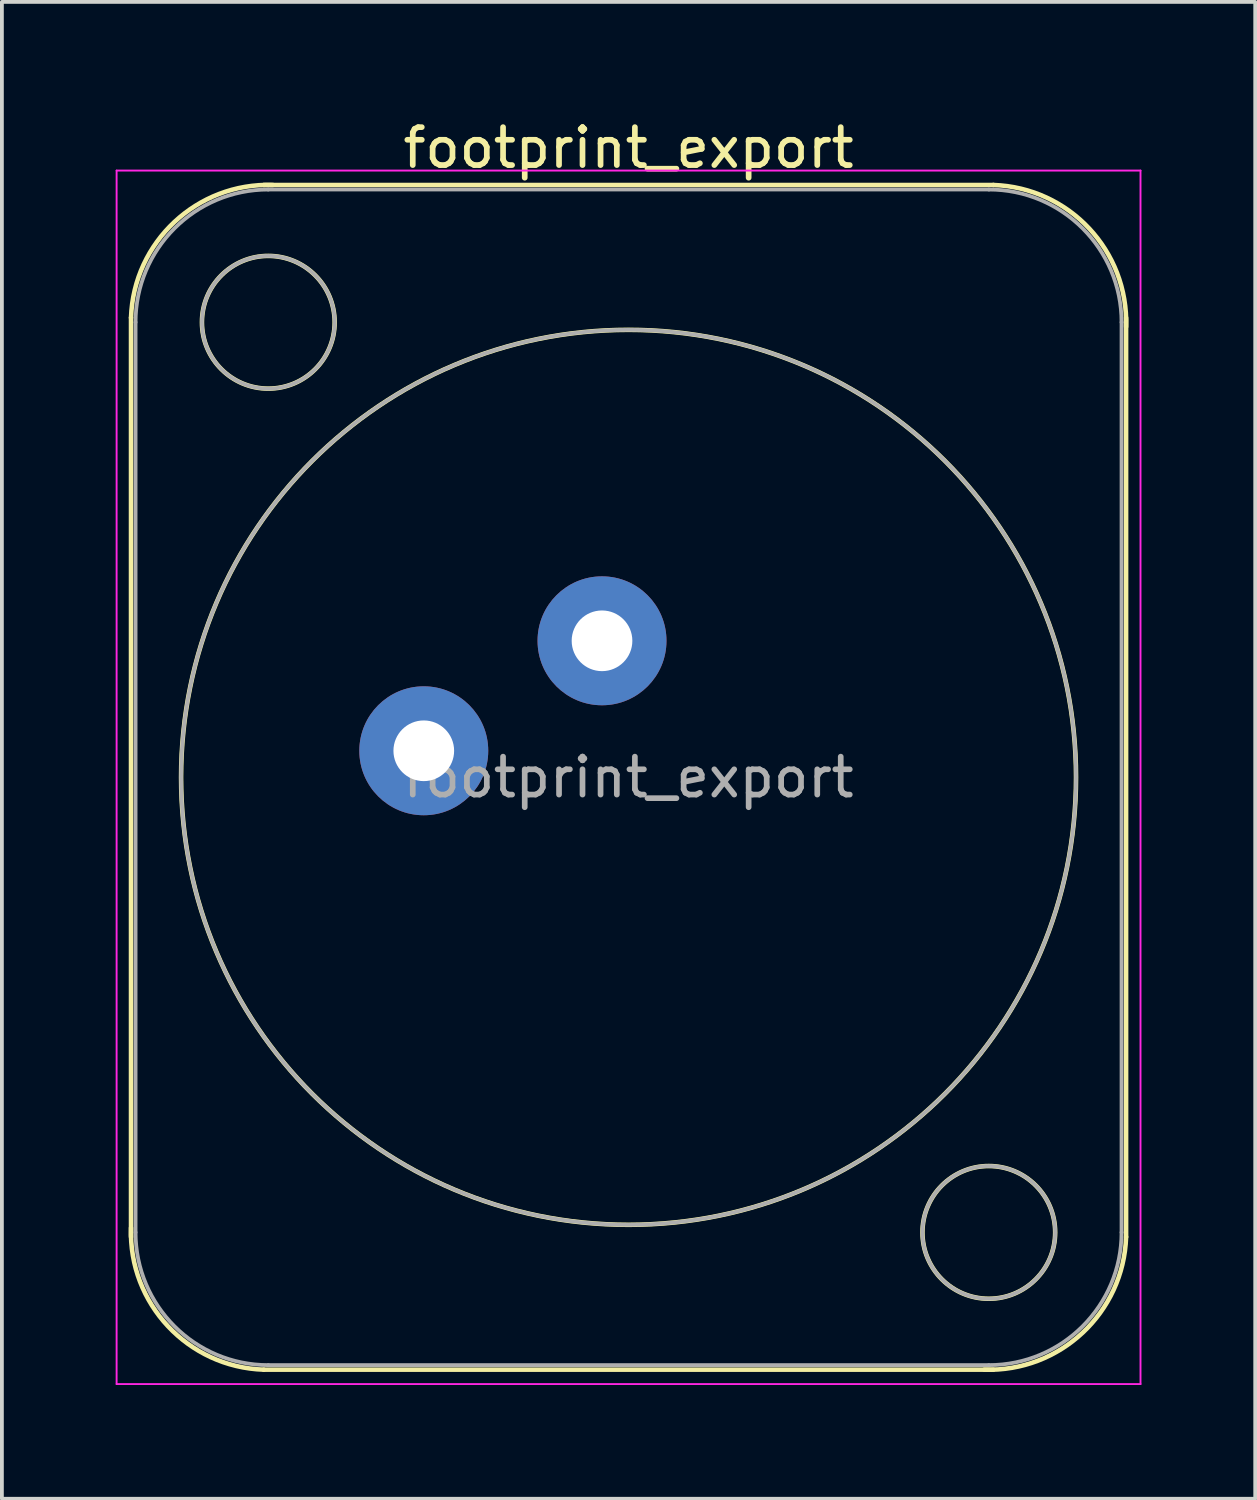
<source format=kicad_pcb>
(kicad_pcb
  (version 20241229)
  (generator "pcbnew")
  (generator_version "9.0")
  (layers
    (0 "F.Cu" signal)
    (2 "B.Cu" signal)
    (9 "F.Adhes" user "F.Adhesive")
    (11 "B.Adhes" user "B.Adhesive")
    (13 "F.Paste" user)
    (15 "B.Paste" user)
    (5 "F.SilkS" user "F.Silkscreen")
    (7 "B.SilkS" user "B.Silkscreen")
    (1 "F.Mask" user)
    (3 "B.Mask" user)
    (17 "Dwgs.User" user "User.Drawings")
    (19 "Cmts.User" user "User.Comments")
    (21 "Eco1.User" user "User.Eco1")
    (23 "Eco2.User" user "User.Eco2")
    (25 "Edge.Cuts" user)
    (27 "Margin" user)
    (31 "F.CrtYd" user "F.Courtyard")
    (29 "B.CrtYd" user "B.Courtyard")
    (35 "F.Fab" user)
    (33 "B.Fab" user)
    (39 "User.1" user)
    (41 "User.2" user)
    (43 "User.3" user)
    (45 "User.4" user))
  (footprint "footprint_export"
    (layer "F.Cu")
    (at 12.825 13.848)
    (property "Reference" "footprint_export" (at 0.7 -13 0) (layer "F.SilkS") (effects (font (size 1 1) (thickness 0.15))))
    (attr through_hole)
    (fp_line (start -12.42 15.72) (end -12.42 -8.52) (stroke (width 0.12) (type solid)) (layer "F.SilkS"))
    (fp_line (start -8.92 -12.02) (end 10.32 -12.02) (stroke (width 0.12) (type solid)) (layer "F.SilkS"))
    (fp_line (start -8.92 19.22) (end 10.32 19.22) (stroke (width 0.12) (type solid)) (layer "F.SilkS"))
    (fp_line (start 13.82 15.72) (end 13.82 -8.52) (stroke (width 0.12) (type solid)) (layer "F.SilkS"))
    (fp_arc (start -12.42 -8.52) (mid -11.274874 -11.044579) (end -8.68 -12.02) (stroke (width 0.12) (type solid)) (layer "F.SilkS"))
    (fp_arc (start -8.92 19.22) (mid -11.444579 18.074874) (end -12.42 15.48) (stroke (width 0.12) (type solid)) (layer "F.SilkS"))
    (fp_arc (start 10.32 -12.02) (mid 12.844579 -10.874874) (end 13.82 -8.28) (stroke (width 0.12) (type solid)) (layer "F.SilkS"))
    (fp_arc (start 13.82 15.72) (mid 12.674874 18.244579) (end 10.08 19.22) (stroke (width 0.12) (type solid)) (layer "F.SilkS"))
    (fp_circle (center -8.8 -8.4) (end -7.05 -8.4) (stroke (width 0.12) (type solid)) (fill no) (layer "F.SilkS"))
    (fp_circle (center 0.7 3.6) (end 12.5 3.6) (stroke (width 0.12) (type solid)) (fill no) (layer "F.SilkS"))
    (fp_circle (center 10.2 15.6) (end 11.95 15.6) (stroke (width 0.12) (type solid)) (fill no) (layer "F.SilkS"))
    (fp_line (start -12.8 -12.4) (end 14.2 -12.4) (stroke (width 0.05) (type solid)) (layer "F.CrtYd"))
    (fp_line (start -12.8 19.6) (end -12.8 -12.4) (stroke (width 0.05) (type solid)) (layer "F.CrtYd"))
    (fp_line (start -12.8 19.6) (end 14.2 19.6) (stroke (width 0.05) (type solid)) (layer "F.CrtYd"))
    (fp_line (start 14.2 19.6) (end 14.2 -12.4) (stroke (width 0.05) (type solid)) (layer "F.CrtYd"))
    (fp_line (start -12.3 15.6) (end -12.3 -8.4) (stroke (width 0.1) (type solid)) (layer "F.Fab"))
    (fp_line (start -8.8 -11.9) (end 10.2 -11.9) (stroke (width 0.1) (type solid)) (layer "F.Fab"))
    (fp_line (start -8.8 19.1) (end 10.2 19.1) (stroke (width 0.1) (type solid)) (layer "F.Fab"))
    (fp_line (start 13.7 15.6) (end 13.7 -8.4) (stroke (width 0.1) (type solid)) (layer "F.Fab"))
    (fp_arc (start -12.3 -8.4) (mid -11.274874 -10.874874) (end -8.8 -11.9) (stroke (width 0.1) (type solid)) (layer "F.Fab"))
    (fp_arc (start -8.8 19.1) (mid -11.274874 18.074874) (end -12.3 15.6) (stroke (width 0.1) (type solid)) (layer "F.Fab"))
    (fp_arc (start 10.2 -11.9) (mid 12.674874 -10.874874) (end 13.7 -8.4) (stroke (width 0.1) (type solid)) (layer "F.Fab"))
    (fp_arc (start 13.7 15.6) (mid 12.674874 18.074874) (end 10.2 19.1) (stroke (width 0.1) (type solid)) (layer "F.Fab"))
    (fp_circle (center -8.8 -8.4) (end -7.05 -8.4) (stroke (width 0.1) (type solid)) (fill no) (layer "F.Fab"))
    (fp_circle (center 0.7 3.6) (end 12.5 3.6) (stroke (width 0.1) (type solid)) (fill no) (layer "F.Fab"))
    (fp_circle (center 10.2 15.6) (end 8.45 15.6) (stroke (width 0.1) (type solid)) (fill no) (layer "F.Fab"))
    (fp_text user "${REFERENCE}" (at 0.7 3.6 0) (layer "F.Fab") (effects (font (size 1 1) (thickness 0.15))))
    (pad "1+" thru_hole circle (at 0 0) (size 3.4 3.4) (drill 1.6) (layers "*.Cu" "*.Mask"))
    (pad "1-" thru_hole circle (at -4.7 2.9) (size 3.4 3.4) (drill 1.6) (layers "*.Cu" "*.Mask")))
  (gr_rect
    (start -3 -3)
    (end 30.05 36.473)
    (stroke (width 0.1) (type default))
    (fill no)
    (layer "Edge.Cuts")))
</source>
